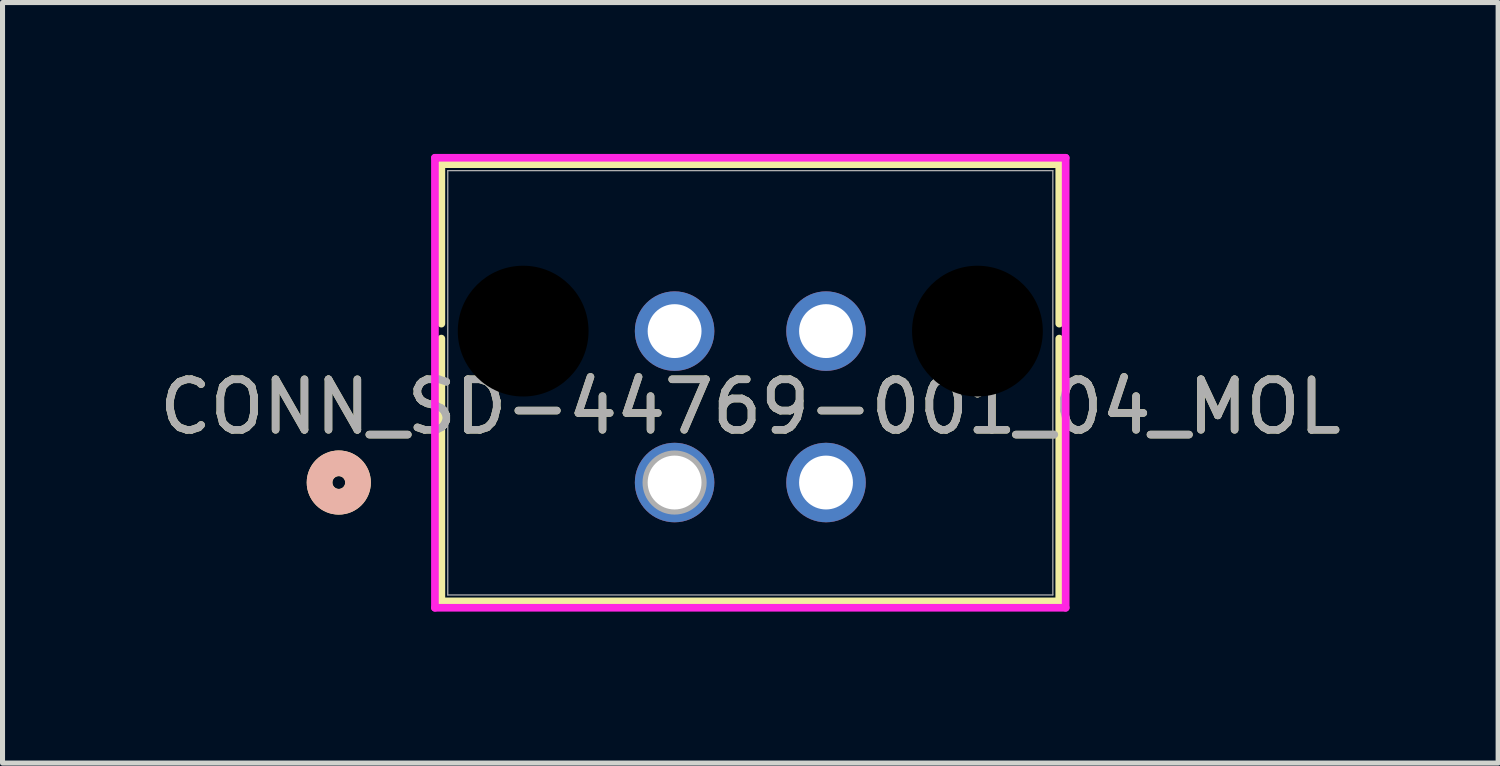
<source format=kicad_pcb>
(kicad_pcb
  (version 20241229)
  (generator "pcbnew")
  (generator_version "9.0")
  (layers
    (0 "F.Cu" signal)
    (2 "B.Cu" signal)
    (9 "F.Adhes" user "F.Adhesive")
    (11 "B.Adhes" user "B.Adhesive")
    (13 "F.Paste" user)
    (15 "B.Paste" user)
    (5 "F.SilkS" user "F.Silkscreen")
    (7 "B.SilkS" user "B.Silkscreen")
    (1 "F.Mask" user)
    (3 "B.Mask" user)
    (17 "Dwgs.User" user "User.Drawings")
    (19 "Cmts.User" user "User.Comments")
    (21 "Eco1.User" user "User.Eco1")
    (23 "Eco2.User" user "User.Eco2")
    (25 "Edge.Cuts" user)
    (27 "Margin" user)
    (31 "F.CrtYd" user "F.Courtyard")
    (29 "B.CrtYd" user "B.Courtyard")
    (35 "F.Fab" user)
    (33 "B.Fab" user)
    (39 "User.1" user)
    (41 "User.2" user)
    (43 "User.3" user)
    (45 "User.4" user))
  (footprint "CONN_SD-44769-001_04_MOL"
    (layer "F.Cu")
    (at 10.315 6.51)
    (property "Reference" "CONN_SD-44769-001_04_MOL" (at 1.5 -1.5 0) (unlocked yes) (layer "F.SilkS") (effects (font (size 1 1) (thickness 0.15))))
    (attr through_hole)
    (fp_line (start -4.621 -6.307) (end -4.621 -3.148) (stroke (width 0.152) (type solid)) (layer "F.SilkS"))
    (fp_line (start -4.621 -2.852) (end -4.621 2.354) (stroke (width 0.152) (type solid)) (layer "F.SilkS"))
    (fp_line (start -4.621 2.354) (end 7.621 2.354) (stroke (width 0.152) (type solid)) (layer "F.SilkS"))
    (fp_line (start 7.621 -6.307) (end -4.621 -6.307) (stroke (width 0.152) (type solid)) (layer "F.SilkS"))
    (fp_line (start 7.621 -3.148) (end 7.621 -6.307) (stroke (width 0.152) (type solid)) (layer "F.SilkS"))
    (fp_line (start 7.621 2.354) (end 7.621 -2.852) (stroke (width 0.152) (type solid)) (layer "F.SilkS"))
    (fp_circle (center -6.653 0) (end -6.272 0) (stroke (width 0.508) (type solid)) (fill no) (layer "F.SilkS"))
    (fp_circle (center -6.653 0) (end -6.272 0) (stroke (width 0.508) (type solid)) (fill no) (layer "B.SilkS"))
    (fp_line (start -4.748 -6.434) (end -4.748 2.481) (stroke (width 0.152) (type solid)) (layer "F.CrtYd"))
    (fp_line (start -4.748 2.481) (end 7.748 2.481) (stroke (width 0.152) (type solid)) (layer "F.CrtYd"))
    (fp_line (start 7.748 -6.434) (end -4.748 -6.434) (stroke (width 0.152) (type solid)) (layer "F.CrtYd"))
    (fp_line (start 7.748 2.481) (end 7.748 -6.434) (stroke (width 0.152) (type solid)) (layer "F.CrtYd"))
    (fp_line (start -4.494 -6.18) (end -4.494 2.227) (stroke (width 0.025) (type solid)) (layer "F.Fab"))
    (fp_line (start -4.494 2.227) (end 7.494 2.227) (stroke (width 0.025) (type solid)) (layer "F.Fab"))
    (fp_line (start 7.494 -6.18) (end -4.494 -6.18) (stroke (width 0.025) (type solid)) (layer "F.Fab"))
    (fp_line (start 7.494 2.227) (end 7.494 -6.18) (stroke (width 0.025) (type solid)) (layer "F.Fab"))
    (fp_circle (center 0 0) (end 0.381 0) (stroke (width 0.508) (type solid)) (fill no) (layer "F.Fab"))
    (fp_text user "${REFERENCE}" (at 1.5 -1.5 0) (unlocked yes) (layer "F.Fab") (effects (font (size 1 1) (thickness 0.15))))
    (pad "" np_thru_hole circle (at -3 -3) (size 2.591 2.591) (drill 2.591) (layers))
    (pad "" np_thru_hole circle (at 6 -3) (size 2.591 2.591) (drill 2.591) (layers))
    (pad "1" thru_hole circle (at 0 0) (size 1.575 1.575) (drill 1.067) (layers "*.Cu" "*.Mask"))
    (pad "2" thru_hole circle (at 3 0) (size 1.575 1.575) (drill 1.067) (layers "*.Cu" "*.Mask"))
    (pad "3" thru_hole circle (at 0 -3) (size 1.575 1.575) (drill 1.067) (layers "*.Cu" "*.Mask"))
    (pad "4" thru_hole circle (at 3 -3) (size 1.575 1.575) (drill 1.067) (layers "*.Cu" "*.Mask")))
  (gr_rect
    (start -3 -3)
    (end 26.631 12.068)
    (stroke (width 0.1) (type default))
    (fill no)
    (layer "Edge.Cuts")))
</source>
